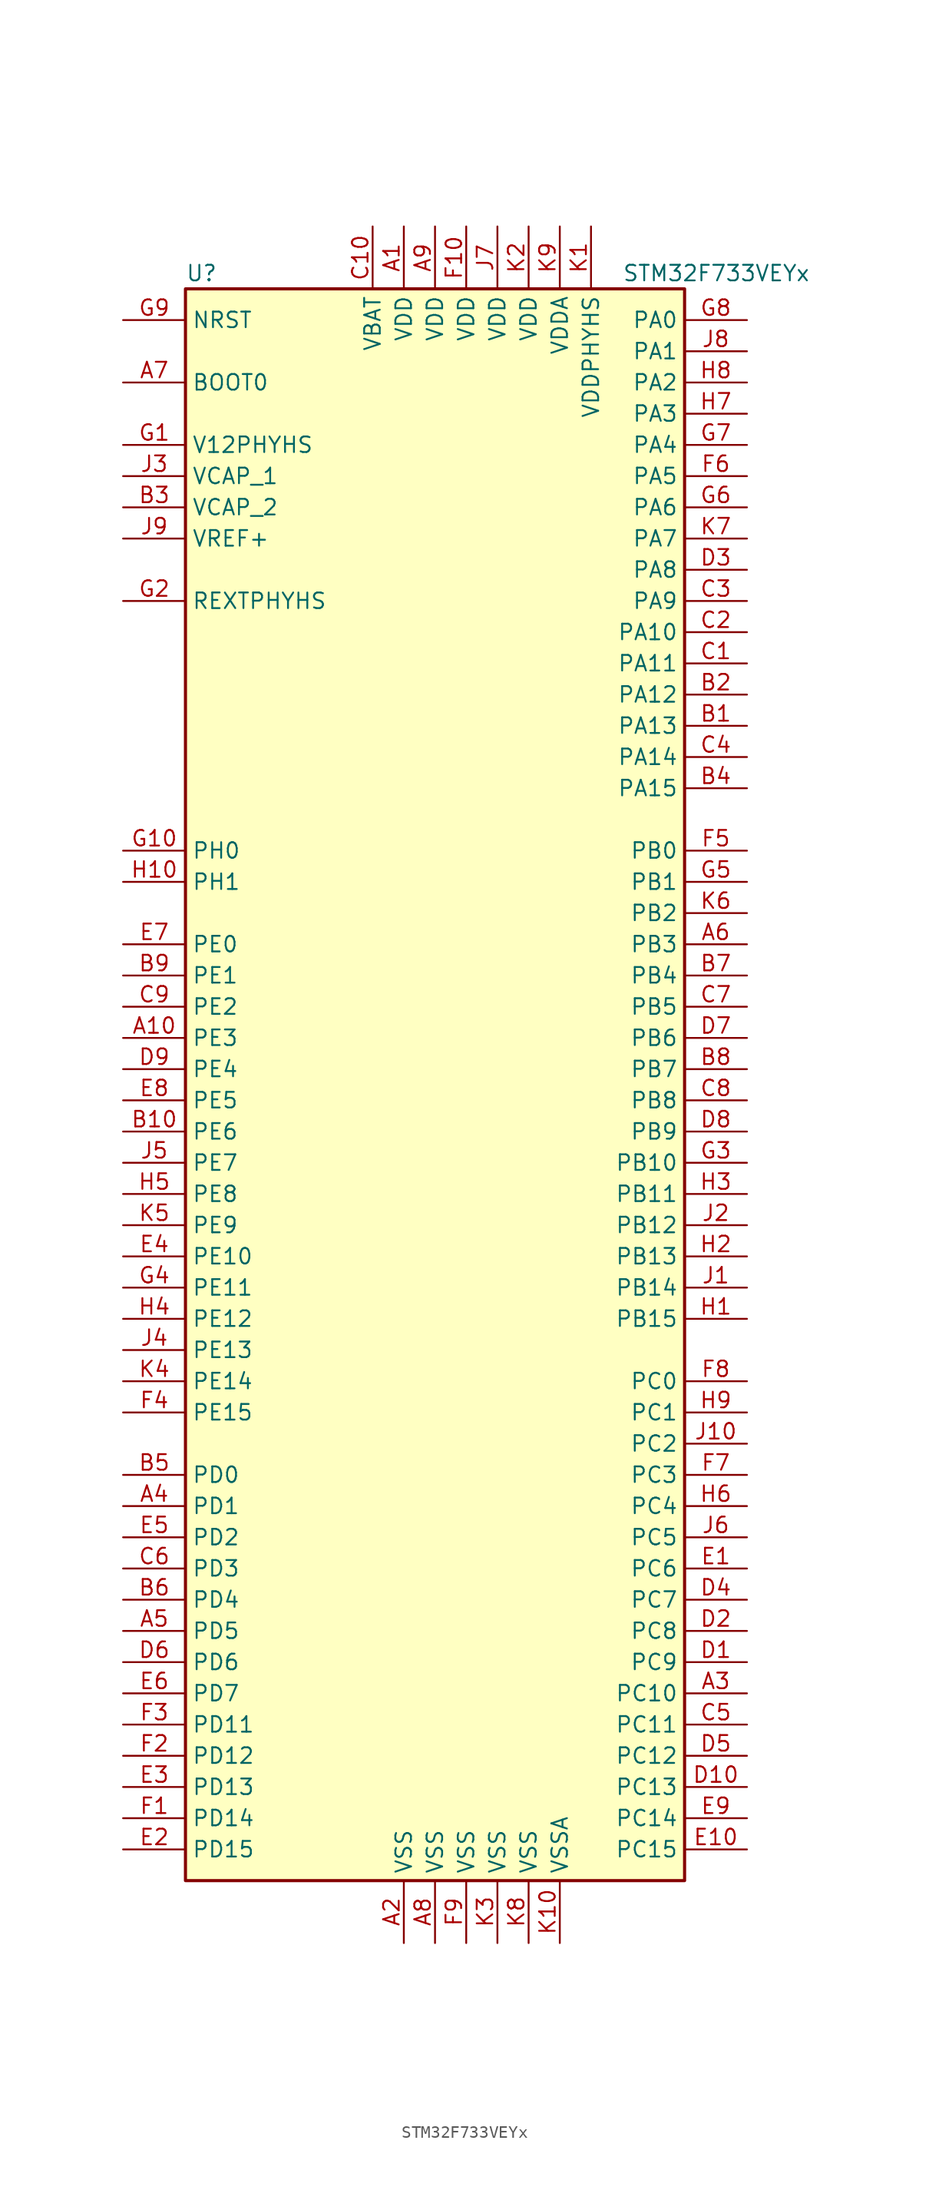
<source format=kicad_sym>
(kicad_symbol_lib
  (version 20201005)
  (generator kicad_symbol_editor)
  (symbol "MCU_ST_STM32F7:STM32F733VEYx"
    (property "Reference" "U"
      (at -20.32 64.77 0)
      (effects (font (size 1.27 1.27)) (justify left)))
    (property "Value" "STM32F733VEYx"
      (at 15.24 64.77 0)
      (effects (font (size 1.27 1.27)) (justify left)))
    (symbol "STM32F733VEYx_0_1"
      (rectangle (start -20.32 -66.04) (end 20.32 63.5) (stroke (width 0.254)) (fill (type background))))
    (symbol "STM32F733VEYx_1_1"
      (pin input line (at -25.4 55.88 0) (length 5.08) (name "BOOT0" (effects (font (size 1.27 1.27)))) (number "A7" (effects (font (size 1.27 1.27)))))
      (pin input line (at -25.4 60.96 0) (length 5.08) (name "NRST" (effects (font (size 1.27 1.27)))) (number "G9" (effects (font (size 1.27 1.27)))))
      (pin bidirectional line (at 25.4 60.96 180) (length 5.08) (name "PA0" (effects (font (size 1.27 1.27)))) (number "G8" (effects (font (size 1.27 1.27)))))
      (pin bidirectional line (at 25.4 58.42 180) (length 5.08) (name "PA1" (effects (font (size 1.27 1.27)))) (number "J8" (effects (font (size 1.27 1.27)))))
      (pin bidirectional line (at 25.4 35.56 180) (length 5.08) (name "PA10" (effects (font (size 1.27 1.27)))) (number "C2" (effects (font (size 1.27 1.27)))))
      (pin bidirectional line (at 25.4 33.02 180) (length 5.08) (name "PA11" (effects (font (size 1.27 1.27)))) (number "C1" (effects (font (size 1.27 1.27)))))
      (pin bidirectional line (at 25.4 30.48 180) (length 5.08) (name "PA12" (effects (font (size 1.27 1.27)))) (number "B2" (effects (font (size 1.27 1.27)))))
      (pin bidirectional line (at 25.4 27.94 180) (length 5.08) (name "PA13" (effects (font (size 1.27 1.27)))) (number "B1" (effects (font (size 1.27 1.27)))))
      (pin bidirectional line (at 25.4 25.4 180) (length 5.08) (name "PA14" (effects (font (size 1.27 1.27)))) (number "C4" (effects (font (size 1.27 1.27)))))
      (pin bidirectional line (at 25.4 22.86 180) (length 5.08) (name "PA15" (effects (font (size 1.27 1.27)))) (number "B4" (effects (font (size 1.27 1.27)))))
      (pin bidirectional line (at 25.4 55.88 180) (length 5.08) (name "PA2" (effects (font (size 1.27 1.27)))) (number "H8" (effects (font (size 1.27 1.27)))))
      (pin bidirectional line (at 25.4 53.34 180) (length 5.08) (name "PA3" (effects (font (size 1.27 1.27)))) (number "H7" (effects (font (size 1.27 1.27)))))
      (pin bidirectional line (at 25.4 50.8 180) (length 5.08) (name "PA4" (effects (font (size 1.27 1.27)))) (number "G7" (effects (font (size 1.27 1.27)))))
      (pin bidirectional line (at 25.4 48.26 180) (length 5.08) (name "PA5" (effects (font (size 1.27 1.27)))) (number "F6" (effects (font (size 1.27 1.27)))))
      (pin bidirectional line (at 25.4 45.72 180) (length 5.08) (name "PA6" (effects (font (size 1.27 1.27)))) (number "G6" (effects (font (size 1.27 1.27)))))
      (pin bidirectional line (at 25.4 43.18 180) (length 5.08) (name "PA7" (effects (font (size 1.27 1.27)))) (number "K7" (effects (font (size 1.27 1.27)))))
      (pin bidirectional line (at 25.4 40.64 180) (length 5.08) (name "PA8" (effects (font (size 1.27 1.27)))) (number "D3" (effects (font (size 1.27 1.27)))))
      (pin bidirectional line (at 25.4 38.1 180) (length 5.08) (name "PA9" (effects (font (size 1.27 1.27)))) (number "C3" (effects (font (size 1.27 1.27)))))
      (pin bidirectional line (at 25.4 17.78 180) (length 5.08) (name "PB0" (effects (font (size 1.27 1.27)))) (number "F5" (effects (font (size 1.27 1.27)))))
      (pin bidirectional line (at 25.4 15.24 180) (length 5.08) (name "PB1" (effects (font (size 1.27 1.27)))) (number "G5" (effects (font (size 1.27 1.27)))))
      (pin bidirectional line (at 25.4 -7.62 180) (length 5.08) (name "PB10" (effects (font (size 1.27 1.27)))) (number "G3" (effects (font (size 1.27 1.27)))))
      (pin bidirectional line (at 25.4 -10.16 180) (length 5.08) (name "PB11" (effects (font (size 1.27 1.27)))) (number "H3" (effects (font (size 1.27 1.27)))))
      (pin bidirectional line (at 25.4 -12.7 180) (length 5.08) (name "PB12" (effects (font (size 1.27 1.27)))) (number "J2" (effects (font (size 1.27 1.27)))))
      (pin bidirectional line (at 25.4 -15.24 180) (length 5.08) (name "PB13" (effects (font (size 1.27 1.27)))) (number "H2" (effects (font (size 1.27 1.27)))))
      (pin bidirectional line (at 25.4 -17.78 180) (length 5.08) (name "PB14" (effects (font (size 1.27 1.27)))) (number "J1" (effects (font (size 1.27 1.27)))))
      (pin bidirectional line (at 25.4 -20.32 180) (length 5.08) (name "PB15" (effects (font (size 1.27 1.27)))) (number "H1" (effects (font (size 1.27 1.27)))))
      (pin bidirectional line (at 25.4 12.7 180) (length 5.08) (name "PB2" (effects (font (size 1.27 1.27)))) (number "K6" (effects (font (size 1.27 1.27)))))
      (pin bidirectional line (at 25.4 10.16 180) (length 5.08) (name "PB3" (effects (font (size 1.27 1.27)))) (number "A6" (effects (font (size 1.27 1.27)))))
      (pin bidirectional line (at 25.4 7.62 180) (length 5.08) (name "PB4" (effects (font (size 1.27 1.27)))) (number "B7" (effects (font (size 1.27 1.27)))))
      (pin bidirectional line (at 25.4 5.08 180) (length 5.08) (name "PB5" (effects (font (size 1.27 1.27)))) (number "C7" (effects (font (size 1.27 1.27)))))
      (pin bidirectional line (at 25.4 2.54 180) (length 5.08) (name "PB6" (effects (font (size 1.27 1.27)))) (number "D7" (effects (font (size 1.27 1.27)))))
      (pin bidirectional line (at 25.4 0 180) (length 5.08) (name "PB7" (effects (font (size 1.27 1.27)))) (number "B8" (effects (font (size 1.27 1.27)))))
      (pin bidirectional line (at 25.4 -2.54 180) (length 5.08) (name "PB8" (effects (font (size 1.27 1.27)))) (number "C8" (effects (font (size 1.27 1.27)))))
      (pin bidirectional line (at 25.4 -5.08 180) (length 5.08) (name "PB9" (effects (font (size 1.27 1.27)))) (number "D8" (effects (font (size 1.27 1.27)))))
      (pin bidirectional line (at 25.4 -25.4 180) (length 5.08) (name "PC0" (effects (font (size 1.27 1.27)))) (number "F8" (effects (font (size 1.27 1.27)))))
      (pin bidirectional line (at 25.4 -27.94 180) (length 5.08) (name "PC1" (effects (font (size 1.27 1.27)))) (number "H9" (effects (font (size 1.27 1.27)))))
      (pin bidirectional line (at 25.4 -50.8 180) (length 5.08) (name "PC10" (effects (font (size 1.27 1.27)))) (number "A3" (effects (font (size 1.27 1.27)))))
      (pin bidirectional line (at 25.4 -53.34 180) (length 5.08) (name "PC11" (effects (font (size 1.27 1.27)))) (number "C5" (effects (font (size 1.27 1.27)))))
      (pin bidirectional line (at 25.4 -55.88 180) (length 5.08) (name "PC12" (effects (font (size 1.27 1.27)))) (number "D5" (effects (font (size 1.27 1.27)))))
      (pin bidirectional line (at 25.4 -58.42 180) (length 5.08) (name "PC13" (effects (font (size 1.27 1.27)))) (number "D10" (effects (font (size 1.27 1.27)))))
      (pin bidirectional line (at 25.4 -60.96 180) (length 5.08) (name "PC14" (effects (font (size 1.27 1.27)))) (number "E9" (effects (font (size 1.27 1.27)))))
      (pin bidirectional line (at 25.4 -63.5 180) (length 5.08) (name "PC15" (effects (font (size 1.27 1.27)))) (number "E10" (effects (font (size 1.27 1.27)))))
      (pin bidirectional line (at 25.4 -30.48 180) (length 5.08) (name "PC2" (effects (font (size 1.27 1.27)))) (number "J10" (effects (font (size 1.27 1.27)))))
      (pin bidirectional line (at 25.4 -33.02 180) (length 5.08) (name "PC3" (effects (font (size 1.27 1.27)))) (number "F7" (effects (font (size 1.27 1.27)))))
      (pin bidirectional line (at 25.4 -35.56 180) (length 5.08) (name "PC4" (effects (font (size 1.27 1.27)))) (number "H6" (effects (font (size 1.27 1.27)))))
      (pin bidirectional line (at 25.4 -38.1 180) (length 5.08) (name "PC5" (effects (font (size 1.27 1.27)))) (number "J6" (effects (font (size 1.27 1.27)))))
      (pin bidirectional line (at 25.4 -40.64 180) (length 5.08) (name "PC6" (effects (font (size 1.27 1.27)))) (number "E1" (effects (font (size 1.27 1.27)))))
      (pin bidirectional line (at 25.4 -43.18 180) (length 5.08) (name "PC7" (effects (font (size 1.27 1.27)))) (number "D4" (effects (font (size 1.27 1.27)))))
      (pin bidirectional line (at 25.4 -45.72 180) (length 5.08) (name "PC8" (effects (font (size 1.27 1.27)))) (number "D2" (effects (font (size 1.27 1.27)))))
      (pin bidirectional line (at 25.4 -48.26 180) (length 5.08) (name "PC9" (effects (font (size 1.27 1.27)))) (number "D1" (effects (font (size 1.27 1.27)))))
      (pin bidirectional line (at -25.4 -33.02 0) (length 5.08) (name "PD0" (effects (font (size 1.27 1.27)))) (number "B5" (effects (font (size 1.27 1.27)))))
      (pin bidirectional line (at -25.4 -35.56 0) (length 5.08) (name "PD1" (effects (font (size 1.27 1.27)))) (number "A4" (effects (font (size 1.27 1.27)))))
      (pin bidirectional line (at -25.4 -53.34 0) (length 5.08) (name "PD11" (effects (font (size 1.27 1.27)))) (number "F3" (effects (font (size 1.27 1.27)))))
      (pin bidirectional line (at -25.4 -55.88 0) (length 5.08) (name "PD12" (effects (font (size 1.27 1.27)))) (number "F2" (effects (font (size 1.27 1.27)))))
      (pin bidirectional line (at -25.4 -58.42 0) (length 5.08) (name "PD13" (effects (font (size 1.27 1.27)))) (number "E3" (effects (font (size 1.27 1.27)))))
      (pin bidirectional line (at -25.4 -60.96 0) (length 5.08) (name "PD14" (effects (font (size 1.27 1.27)))) (number "F1" (effects (font (size 1.27 1.27)))))
      (pin bidirectional line (at -25.4 -63.5 0) (length 5.08) (name "PD15" (effects (font (size 1.27 1.27)))) (number "E2" (effects (font (size 1.27 1.27)))))
      (pin bidirectional line (at -25.4 -38.1 0) (length 5.08) (name "PD2" (effects (font (size 1.27 1.27)))) (number "E5" (effects (font (size 1.27 1.27)))))
      (pin bidirectional line (at -25.4 -40.64 0) (length 5.08) (name "PD3" (effects (font (size 1.27 1.27)))) (number "C6" (effects (font (size 1.27 1.27)))))
      (pin bidirectional line (at -25.4 -43.18 0) (length 5.08) (name "PD4" (effects (font (size 1.27 1.27)))) (number "B6" (effects (font (size 1.27 1.27)))))
      (pin bidirectional line (at -25.4 -45.72 0) (length 5.08) (name "PD5" (effects (font (size 1.27 1.27)))) (number "A5" (effects (font (size 1.27 1.27)))))
      (pin bidirectional line (at -25.4 -48.26 0) (length 5.08) (name "PD6" (effects (font (size 1.27 1.27)))) (number "D6" (effects (font (size 1.27 1.27)))))
      (pin bidirectional line (at -25.4 -50.8 0) (length 5.08) (name "PD7" (effects (font (size 1.27 1.27)))) (number "E6" (effects (font (size 1.27 1.27)))))
      (pin bidirectional line (at -25.4 10.16 0) (length 5.08) (name "PE0" (effects (font (size 1.27 1.27)))) (number "E7" (effects (font (size 1.27 1.27)))))
      (pin bidirectional line (at -25.4 7.62 0) (length 5.08) (name "PE1" (effects (font (size 1.27 1.27)))) (number "B9" (effects (font (size 1.27 1.27)))))
      (pin bidirectional line (at -25.4 -15.24 0) (length 5.08) (name "PE10" (effects (font (size 1.27 1.27)))) (number "E4" (effects (font (size 1.27 1.27)))))
      (pin bidirectional line (at -25.4 -17.78 0) (length 5.08) (name "PE11" (effects (font (size 1.27 1.27)))) (number "G4" (effects (font (size 1.27 1.27)))))
      (pin bidirectional line (at -25.4 -20.32 0) (length 5.08) (name "PE12" (effects (font (size 1.27 1.27)))) (number "H4" (effects (font (size 1.27 1.27)))))
      (pin bidirectional line (at -25.4 -22.86 0) (length 5.08) (name "PE13" (effects (font (size 1.27 1.27)))) (number "J4" (effects (font (size 1.27 1.27)))))
      (pin bidirectional line (at -25.4 -25.4 0) (length 5.08) (name "PE14" (effects (font (size 1.27 1.27)))) (number "K4" (effects (font (size 1.27 1.27)))))
      (pin bidirectional line (at -25.4 -27.94 0) (length 5.08) (name "PE15" (effects (font (size 1.27 1.27)))) (number "F4" (effects (font (size 1.27 1.27)))))
      (pin bidirectional line (at -25.4 5.08 0) (length 5.08) (name "PE2" (effects (font (size 1.27 1.27)))) (number "C9" (effects (font (size 1.27 1.27)))))
      (pin bidirectional line (at -25.4 2.54 0) (length 5.08) (name "PE3" (effects (font (size 1.27 1.27)))) (number "A10" (effects (font (size 1.27 1.27)))))
      (pin bidirectional line (at -25.4 0 0) (length 5.08) (name "PE4" (effects (font (size 1.27 1.27)))) (number "D9" (effects (font (size 1.27 1.27)))))
      (pin bidirectional line (at -25.4 -2.54 0) (length 5.08) (name "PE5" (effects (font (size 1.27 1.27)))) (number "E8" (effects (font (size 1.27 1.27)))))
      (pin bidirectional line (at -25.4 -5.08 0) (length 5.08) (name "PE6" (effects (font (size 1.27 1.27)))) (number "B10" (effects (font (size 1.27 1.27)))))
      (pin bidirectional line (at -25.4 -7.62 0) (length 5.08) (name "PE7" (effects (font (size 1.27 1.27)))) (number "J5" (effects (font (size 1.27 1.27)))))
      (pin bidirectional line (at -25.4 -10.16 0) (length 5.08) (name "PE8" (effects (font (size 1.27 1.27)))) (number "H5" (effects (font (size 1.27 1.27)))))
      (pin bidirectional line (at -25.4 -12.7 0) (length 5.08) (name "PE9" (effects (font (size 1.27 1.27)))) (number "K5" (effects (font (size 1.27 1.27)))))
      (pin input line (at -25.4 17.78 0) (length 5.08) (name "PH0" (effects (font (size 1.27 1.27)))) (number "G10" (effects (font (size 1.27 1.27)))))
      (pin input line (at -25.4 15.24 0) (length 5.08) (name "PH1" (effects (font (size 1.27 1.27)))) (number "H10" (effects (font (size 1.27 1.27)))))
      (pin bidirectional line (at -25.4 38.1 0) (length 5.08) (name "REXTPHYHS" (effects (font (size 1.27 1.27)))) (number "G2" (effects (font (size 1.27 1.27)))))
      (pin power_in line (at -25.4 50.8 0) (length 5.08) (name "V12PHYHS" (effects (font (size 1.27 1.27)))) (number "G1" (effects (font (size 1.27 1.27)))))
      (pin power_in line (at -5.08 68.58 270) (length 5.08) (name "VBAT" (effects (font (size 1.27 1.27)))) (number "C10" (effects (font (size 1.27 1.27)))))
      (pin power_in line (at -25.4 48.26 0) (length 5.08) (name "VCAP_1" (effects (font (size 1.27 1.27)))) (number "J3" (effects (font (size 1.27 1.27)))))
      (pin power_in line (at -25.4 45.72 0) (length 5.08) (name "VCAP_2" (effects (font (size 1.27 1.27)))) (number "B3" (effects (font (size 1.27 1.27)))))
      (pin power_in line (at -2.54 68.58 270) (length 5.08) (name "VDD" (effects (font (size 1.27 1.27)))) (number "A1" (effects (font (size 1.27 1.27)))))
      (pin power_in line (at 0 68.58 270) (length 5.08) (name "VDD" (effects (font (size 1.27 1.27)))) (number "A9" (effects (font (size 1.27 1.27)))))
      (pin power_in line (at 2.54 68.58 270) (length 5.08) (name "VDD" (effects (font (size 1.27 1.27)))) (number "F10" (effects (font (size 1.27 1.27)))))
      (pin power_in line (at 5.08 68.58 270) (length 5.08) (name "VDD" (effects (font (size 1.27 1.27)))) (number "J7" (effects (font (size 1.27 1.27)))))
      (pin power_in line (at 7.62 68.58 270) (length 5.08) (name "VDD" (effects (font (size 1.27 1.27)))) (number "K2" (effects (font (size 1.27 1.27)))))
      (pin power_in line (at 10.16 68.58 270) (length 5.08) (name "VDDA" (effects (font (size 1.27 1.27)))) (number "K9" (effects (font (size 1.27 1.27)))))
      (pin power_in line (at 12.7 68.58 270) (length 5.08) (name "VDDPHYHS" (effects (font (size 1.27 1.27)))) (number "K1" (effects (font (size 1.27 1.27)))))
      (pin power_in line (at -25.4 43.18 0) (length 5.08) (name "VREF+" (effects (font (size 1.27 1.27)))) (number "J9" (effects (font (size 1.27 1.27)))))
      (pin power_in line (at -2.54 -71.12 90) (length 5.08) (name "VSS" (effects (font (size 1.27 1.27)))) (number "A2" (effects (font (size 1.27 1.27)))))
      (pin power_in line (at 0 -71.12 90) (length 5.08) (name "VSS" (effects (font (size 1.27 1.27)))) (number "A8" (effects (font (size 1.27 1.27)))))
      (pin power_in line (at 2.54 -71.12 90) (length 5.08) (name "VSS" (effects (font (size 1.27 1.27)))) (number "F9" (effects (font (size 1.27 1.27)))))
      (pin power_in line (at 5.08 -71.12 90) (length 5.08) (name "VSS" (effects (font (size 1.27 1.27)))) (number "K3" (effects (font (size 1.27 1.27)))))
      (pin power_in line (at 7.62 -71.12 90) (length 5.08) (name "VSS" (effects (font (size 1.27 1.27)))) (number "K8" (effects (font (size 1.27 1.27)))))
      (pin power_in line (at 10.16 -71.12 90) (length 5.08) (name "VSSA" (effects (font (size 1.27 1.27)))) (number "K10" (effects (font (size 1.27 1.27))))))))
</source>
